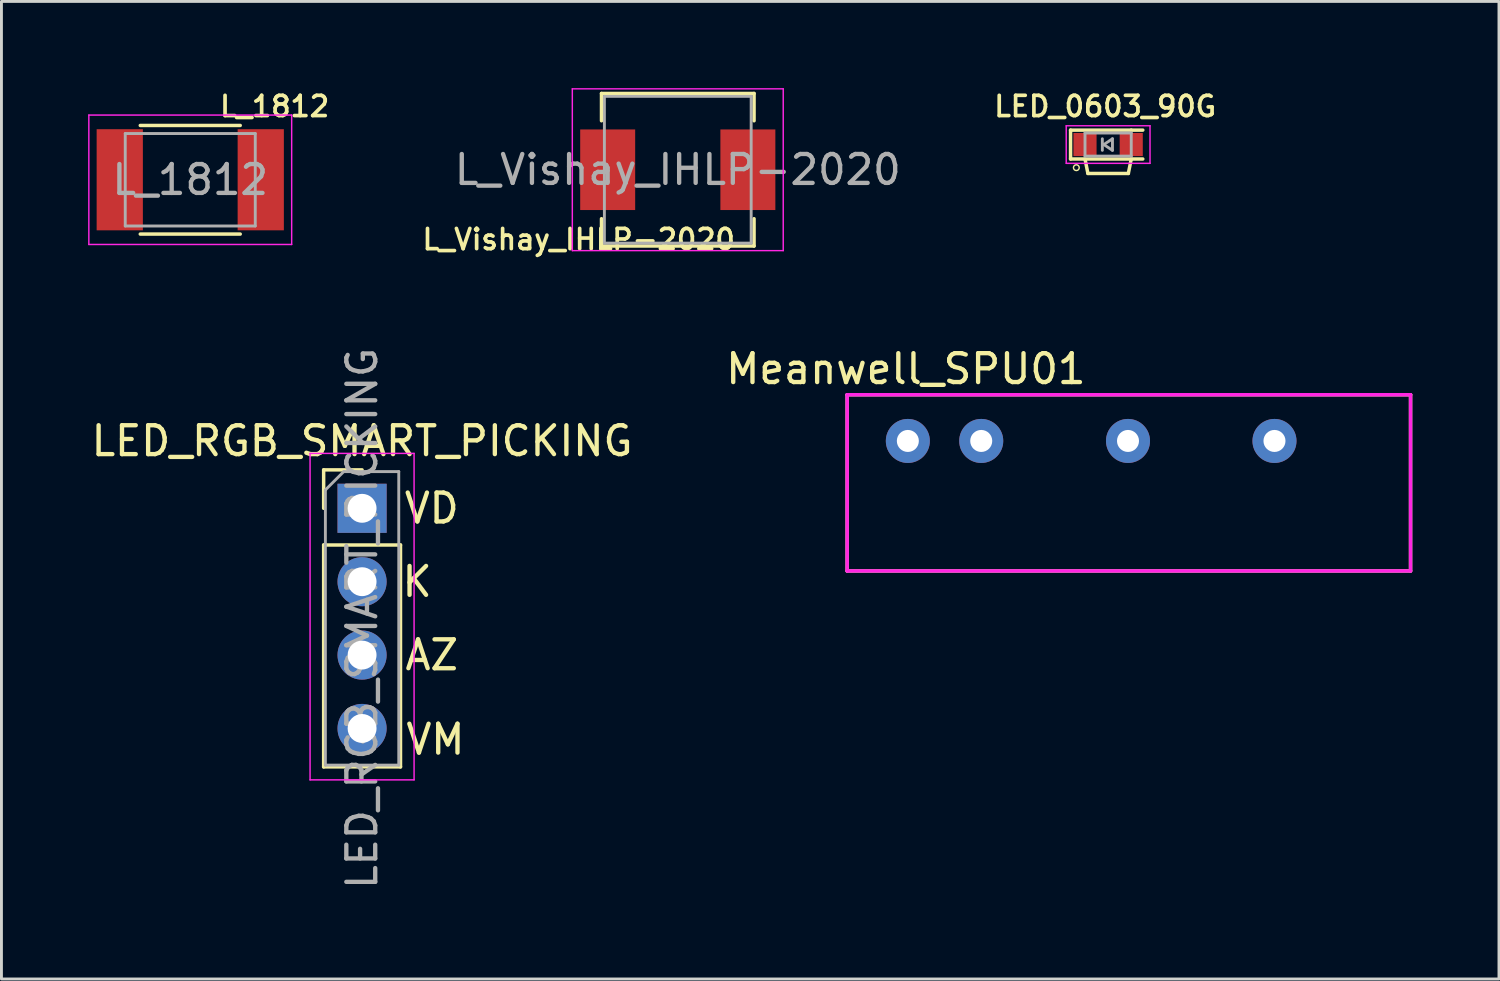
<source format=kicad_pcb>
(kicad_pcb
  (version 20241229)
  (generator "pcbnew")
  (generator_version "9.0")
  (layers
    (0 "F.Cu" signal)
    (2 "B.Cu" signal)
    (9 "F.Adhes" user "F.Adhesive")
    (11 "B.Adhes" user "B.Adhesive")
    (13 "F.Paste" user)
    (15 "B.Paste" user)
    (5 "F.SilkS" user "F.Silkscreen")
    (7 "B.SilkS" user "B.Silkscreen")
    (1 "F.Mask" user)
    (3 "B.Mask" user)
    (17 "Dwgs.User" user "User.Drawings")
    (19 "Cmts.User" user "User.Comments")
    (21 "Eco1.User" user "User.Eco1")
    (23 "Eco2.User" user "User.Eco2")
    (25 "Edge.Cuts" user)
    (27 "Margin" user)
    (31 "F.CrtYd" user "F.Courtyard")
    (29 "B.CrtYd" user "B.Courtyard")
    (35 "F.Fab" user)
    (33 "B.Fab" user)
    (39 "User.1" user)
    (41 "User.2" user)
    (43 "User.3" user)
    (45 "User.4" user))
  (footprint "Meanwell_SPU01"
    (layer "F.Cu")
    (at 26.272 16.712)
    (property "Reference" "Meanwell_SPU01" (at 2.032 -6.993 0) (layer "F.SilkS") (effects (font (size 1 1) (thickness 0.15))))
    (attr through_hole)
    (fp_line (start 0 -6.1) (end 19.5 -6.1) (stroke (width 0.12) (type solid)) (layer "F.SilkS"))
    (fp_line (start 0 0) (end 0 -6.1) (stroke (width 0.12) (type solid)) (layer "F.SilkS"))
    (fp_line (start 0 0) (end 19.5 0) (stroke (width 0.12) (type solid)) (layer "F.SilkS"))
    (fp_line (start 19.5 -6.1) (end 19.5 0) (stroke (width 0.12) (type solid)) (layer "F.SilkS"))
    (fp_line (start 0 -6.1) (end 19.5 -6.1) (stroke (width 0.12) (type solid)) (layer "F.CrtYd"))
    (fp_line (start 0 0) (end 0 -6.1) (stroke (width 0.12) (type solid)) (layer "F.CrtYd"))
    (fp_line (start 0 0) (end 19.5 0) (stroke (width 0.12) (type solid)) (layer "F.CrtYd"))
    (fp_line (start 19.5 -6.1) (end 19.5 0) (stroke (width 0.12) (type solid)) (layer "F.CrtYd"))
    (pad "1" thru_hole circle (at 2.1 -4.5) (size 1.524 1.524) (drill 0.762) (layers "*.Cu" "*.Mask"))
    (pad "2" thru_hole circle (at 4.64 -4.5) (size 1.524 1.524) (drill 0.762) (layers "*.Cu" "*.Mask"))
    (pad "4" thru_hole circle (at 9.72 -4.5) (size 1.524 1.524) (drill 0.762) (layers "*.Cu" "*.Mask"))
    (pad "6" thru_hole circle (at 14.79 -4.5) (size 1.524 1.524) (drill 0.762) (layers "*.Cu" "*.Mask")))
  (footprint "LED_RGB_SMART_PICKING"
    (layer "F.Cu")
    (at 9.482 14.543)
    (property "Reference" "LED_RGB_SMART_PICKING" (at 0 -2.33 0) (layer "F.SilkS") (effects (font (size 1 1) (thickness 0.15))))
    (attr through_hole)
    (fp_line (start -1.33 -1.33) (end 0 -1.33) (stroke (width 0.12) (type solid)) (layer "F.SilkS"))
    (fp_line (start -1.33 0) (end -1.33 -1.33) (stroke (width 0.12) (type solid)) (layer "F.SilkS"))
    (fp_line (start -1.33 1.27) (end -1.33 8.95) (stroke (width 0.12) (type solid)) (layer "F.SilkS"))
    (fp_line (start -1.33 1.27) (end 1.33 1.27) (stroke (width 0.12) (type solid)) (layer "F.SilkS"))
    (fp_line (start -1.33 8.95) (end 1.33 8.95) (stroke (width 0.12) (type solid)) (layer "F.SilkS"))
    (fp_line (start 1.33 1.27) (end 1.33 8.95) (stroke (width 0.12) (type solid)) (layer "F.SilkS"))
    (fp_line (start -1.8 -1.9) (end 1.8 -1.9) (stroke (width 0.05) (type solid)) (layer "F.CrtYd"))
    (fp_line (start -1.8 9.4) (end -1.8 -1.9) (stroke (width 0.05) (type solid)) (layer "F.CrtYd"))
    (fp_line (start -1.8 9.4) (end 1.8 9.4) (stroke (width 0.05) (type solid)) (layer "F.CrtYd"))
    (fp_line (start 1.8 9.4) (end 1.8 -1.9) (stroke (width 0.05) (type solid)) (layer "F.CrtYd"))
    (fp_line (start -1.27 -0.635) (end -0.635 -1.27) (stroke (width 0.1) (type solid)) (layer "F.Fab"))
    (fp_line (start -1.27 8.89) (end -1.27 -0.635) (stroke (width 0.1) (type solid)) (layer "F.Fab"))
    (fp_line (start -0.635 -1.27) (end 1.27 -1.27) (stroke (width 0.1) (type solid)) (layer "F.Fab"))
    (fp_line (start 1.27 -1.27) (end 1.27 8.89) (stroke (width 0.1) (type solid)) (layer "F.Fab"))
    (fp_line (start 1.27 8.89) (end -1.27 8.89) (stroke (width 0.1) (type solid)) (layer "F.Fab"))
    (fp_text user "VD" (at 2.413 0 0) (layer "F.SilkS") (effects (font (size 1 1) (thickness 0.15))))
    (fp_text user "AZ" (at 2.413 5.08 0) (layer "F.SilkS") (effects (font (size 1 1) (thickness 0.15))))
    (fp_text user "K" (at 1.905 2.54 0) (layer "F.SilkS") (effects (font (size 1 1) (thickness 0.15))))
    (fp_text user "VM" (at 2.54 8.001 0) (layer "F.SilkS") (effects (font (size 1 1) (thickness 0.15))))
    (fp_text user "${REFERENCE}" (at 0 3.81 90) (layer "F.Fab") (effects (font (size 1 1) (thickness 0.15))))
    (pad "1" thru_hole rect (at 0 0) (size 1.7 1.7) (drill 1) (layers "*.Cu" "*.Mask"))
    (pad "2" thru_hole oval (at 0 2.54) (size 1.7 1.7) (drill 1) (layers "*.Cu" "*.Mask"))
    (pad "3" thru_hole oval (at 0 5.08) (size 1.7 1.7) (drill 1) (layers "*.Cu" "*.Mask"))
    (pad "4" thru_hole oval (at 0 7.62) (size 1.7 1.7) (drill 1) (layers "*.Cu" "*.Mask")))
  (footprint "L_Vishay_IHLP-2020"
    (layer "F.Cu")
    (at 20.409 2.825)
    (property "Reference" "L_Vishay_IHLP-2020" (at -3.429 2.413 0) (layer "F.SilkS") (effects (font (size 0.7 0.7) (thickness 0.127))))
    (attr smd)
    (fp_line (start -2.64 -2.64) (end 2.64 -2.64) (stroke (width 0.12) (type solid)) (layer "F.SilkS"))
    (fp_line (start -2.64 -1.695) (end -2.64 -2.64) (stroke (width 0.12) (type solid)) (layer "F.SilkS"))
    (fp_line (start -2.64 1.695) (end -2.64 2.64) (stroke (width 0.12) (type solid)) (layer "F.SilkS"))
    (fp_line (start -2.64 2.64) (end 2.64 2.64) (stroke (width 0.12) (type solid)) (layer "F.SilkS"))
    (fp_line (start 2.64 -2.64) (end 2.64 -1.695) (stroke (width 0.12) (type solid)) (layer "F.SilkS"))
    (fp_line (start 2.64 2.64) (end 2.64 1.695) (stroke (width 0.12) (type solid)) (layer "F.SilkS"))
    (fp_line (start -3.65 -2.8) (end -3.65 2.8) (stroke (width 0.05) (type solid)) (layer "F.CrtYd"))
    (fp_line (start -3.65 2.8) (end 3.65 2.8) (stroke (width 0.05) (type solid)) (layer "F.CrtYd"))
    (fp_line (start 3.65 -2.8) (end -3.65 -2.8) (stroke (width 0.05) (type solid)) (layer "F.CrtYd"))
    (fp_line (start 3.65 2.8) (end 3.65 -2.8) (stroke (width 0.05) (type solid)) (layer "F.CrtYd"))
    (fp_line (start -2.54 -2.54) (end -2.54 2.54) (stroke (width 0.1) (type solid)) (layer "F.Fab"))
    (fp_line (start -2.54 2.54) (end 2.54 2.54) (stroke (width 0.1) (type solid)) (layer "F.Fab"))
    (fp_line (start 2.54 -2.54) (end -2.54 -2.54) (stroke (width 0.1) (type solid)) (layer "F.Fab"))
    (fp_line (start 2.54 2.54) (end 2.54 -2.54) (stroke (width 0.1) (type solid)) (layer "F.Fab"))
    (fp_text user "${REFERENCE}" (at 0 0 0) (layer "F.Fab") (effects (font (size 1 1) (thickness 0.15))))
    (pad "1" smd rect (at -2.426 0) (size 1.903 2.79) (layers "F.Cu" "F.Mask" "F.Paste"))
    (pad "2" smd rect (at 2.426 0) (size 1.903 2.79) (layers "F.Cu" "F.Mask" "F.Paste")))
  (footprint "L_1812"
    (layer "F.Cu")
    (at 3.535 3.172)
    (property "Reference" "L_1812" (at 2.921 -2.54 0) (layer "F.SilkS") (effects (font (size 0.7 0.7) (thickness 0.127))))
    (attr smd)
    (fp_line (start -1.73 -1.88) (end 1.73 -1.88) (stroke (width 0.12) (type solid)) (layer "F.SilkS"))
    (fp_line (start -1.73 1.88) (end 1.73 1.88) (stroke (width 0.12) (type solid)) (layer "F.SilkS"))
    (fp_line (start -3.51 -2.24) (end 3.51 -2.24) (stroke (width 0.05) (type solid)) (layer "F.CrtYd"))
    (fp_line (start -3.51 2.24) (end -3.51 -2.24) (stroke (width 0.05) (type solid)) (layer "F.CrtYd"))
    (fp_line (start 3.51 -2.24) (end 3.51 2.24) (stroke (width 0.05) (type solid)) (layer "F.CrtYd"))
    (fp_line (start 3.51 2.24) (end -3.51 2.24) (stroke (width 0.05) (type solid)) (layer "F.CrtYd"))
    (fp_line (start -2.25 -1.6) (end 2.25 -1.6) (stroke (width 0.1) (type solid)) (layer "F.Fab"))
    (fp_line (start -2.25 1.6) (end -2.25 -1.6) (stroke (width 0.1) (type solid)) (layer "F.Fab"))
    (fp_line (start 2.25 -1.6) (end 2.25 1.6) (stroke (width 0.1) (type solid)) (layer "F.Fab"))
    (fp_line (start 2.25 1.6) (end -2.25 1.6) (stroke (width 0.1) (type solid)) (layer "F.Fab"))
    (fp_text user "${REFERENCE}" (at 0 0 0) (layer "F.Fab") (effects (font (size 1 1) (thickness 0.15))))
    (pad "1" smd rect (at -2.44 0) (size 1.6 3.5) (layers "F.Cu" "F.Mask" "F.Paste"))
    (pad "2" smd rect (at 2.44 0) (size 1.6 3.5) (layers "F.Cu" "F.Mask" "F.Paste")))
  (footprint "LED_0603_90G"
    (layer "F.Cu")
    (at 35.304 1.953)
    (property "Reference" "LED_0603_90G" (at -0.102 -1.321 180) (layer "F.SilkS") (effects (font (size 0.7 0.7) (thickness 0.127))))
    (attr smd)
    (fp_line (start -1.3 -0.5) (end -1.3 0.5) (stroke (width 0.12) (type solid)) (layer "F.SilkS"))
    (fp_line (start -1.3 -0.5) (end 0.8 -0.5) (stroke (width 0.12) (type solid)) (layer "F.SilkS"))
    (fp_line (start -1.3 0.5) (end 0.8 0.5) (stroke (width 0.12) (type solid)) (layer "F.SilkS"))
    (fp_line (start -0.7 1) (end -0.8 0.5) (stroke (width 0.12) (type solid)) (layer "F.SilkS"))
    (fp_line (start 0.7 1) (end -0.7 1) (stroke (width 0.12) (type solid)) (layer "F.SilkS"))
    (fp_line (start 0.8 -0.5) (end 1.2 -0.5) (stroke (width 0.12) (type solid)) (layer "F.SilkS"))
    (fp_line (start 0.8 0.5) (end 0.7 1) (stroke (width 0.12) (type solid)) (layer "F.SilkS"))
    (fp_line (start 0.8 0.5) (end 1.2 0.5) (stroke (width 0.12) (type solid)) (layer "F.SilkS"))
    (fp_circle (center -1.1 0.8) (end -1.1 0.9) (stroke (width 0.05) (type solid)) (fill no) (layer "F.SilkS"))
    (fp_line (start -1.45 -0.65) (end 1.45 -0.65) (stroke (width 0.05) (type solid)) (layer "F.CrtYd"))
    (fp_line (start -1.45 0.65) (end -1.45 -0.65) (stroke (width 0.05) (type solid)) (layer "F.CrtYd"))
    (fp_line (start 1.45 -0.65) (end 1.45 0.65) (stroke (width 0.05) (type solid)) (layer "F.CrtYd"))
    (fp_line (start 1.45 0.65) (end -1.45 0.65) (stroke (width 0.05) (type solid)) (layer "F.CrtYd"))
    (fp_line (start -0.8 -0.4) (end 0.8 -0.4) (stroke (width 0.1) (type solid)) (layer "F.Fab"))
    (fp_line (start -0.8 0.4) (end -0.8 -0.4) (stroke (width 0.1) (type solid)) (layer "F.Fab"))
    (fp_line (start -0.2 -0.2) (end -0.2 0.2) (stroke (width 0.1) (type solid)) (layer "F.Fab"))
    (fp_line (start -0.15 0) (end 0.15 -0.2) (stroke (width 0.1) (type solid)) (layer "F.Fab"))
    (fp_line (start 0.15 -0.2) (end 0.15 0.2) (stroke (width 0.1) (type solid)) (layer "F.Fab"))
    (fp_line (start 0.15 0.2) (end -0.15 0) (stroke (width 0.1) (type solid)) (layer "F.Fab"))
    (fp_line (start 0.8 -0.4) (end 0.8 0.4) (stroke (width 0.1) (type solid)) (layer "F.Fab"))
    (fp_line (start 0.8 0.4) (end -0.8 0.4) (stroke (width 0.1) (type solid)) (layer "F.Fab"))
    (pad "1" smd rect (at -0.8 0 180) (size 0.8 0.8) (layers "F.Cu" "F.Mask" "F.Paste"))
    (pad "2" smd rect (at 0.8 0 180) (size 0.8 0.8) (layers "F.Cu" "F.Mask" "F.Paste")))
  (gr_rect
    (start -3 -3)
    (end 48.832 30.835)
    (stroke (width 0.1) (type default))
    (fill no)
    (layer "Edge.Cuts")))
</source>
